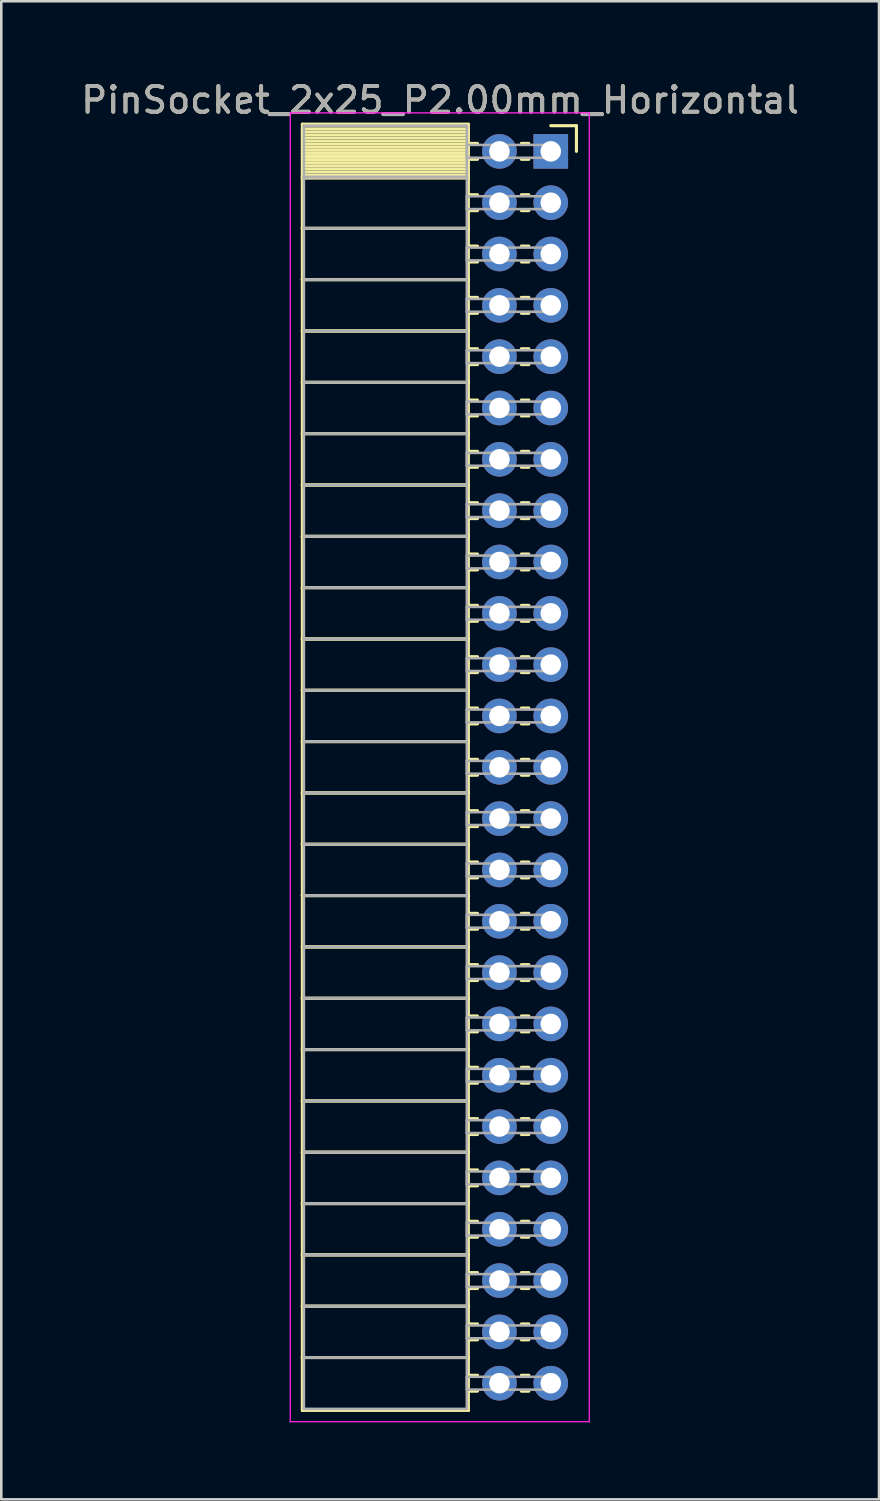
<source format=kicad_pcb>
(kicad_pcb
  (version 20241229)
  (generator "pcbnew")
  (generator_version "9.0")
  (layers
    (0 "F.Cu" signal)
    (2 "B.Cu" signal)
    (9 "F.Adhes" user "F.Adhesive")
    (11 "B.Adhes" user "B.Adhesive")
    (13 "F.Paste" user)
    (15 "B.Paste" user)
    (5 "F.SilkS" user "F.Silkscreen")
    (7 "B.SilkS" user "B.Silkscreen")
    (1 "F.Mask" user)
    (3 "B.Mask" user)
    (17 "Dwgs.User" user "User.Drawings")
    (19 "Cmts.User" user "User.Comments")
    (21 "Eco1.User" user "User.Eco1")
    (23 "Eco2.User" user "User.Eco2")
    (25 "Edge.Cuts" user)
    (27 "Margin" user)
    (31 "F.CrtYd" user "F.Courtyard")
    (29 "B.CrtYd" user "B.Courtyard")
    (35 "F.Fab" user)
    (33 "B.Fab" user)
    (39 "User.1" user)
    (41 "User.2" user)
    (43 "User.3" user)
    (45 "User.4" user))
  (footprint "PinSocket_2x25_P2.00mm_Horizontal"
    (layer "F.Cu")
    (at 18.411 2.848)
    (property "Reference" "PinSocket_2x25_P2.00mm_Horizontal" (at -4.31 -2 0) (layer "F.SilkS") (effects (font (size 1 1) (thickness 0.15))))
    (attr through_hole)
    (fp_line (start -9.68 -1.06) (end -3.21 -1.06) (stroke (width 0.12) (type solid)) (layer "F.SilkS"))
    (fp_line (start -9.68 1) (end -9.68 -1.06) (stroke (width 0.12) (type solid)) (layer "F.SilkS"))
    (fp_line (start -9.68 1) (end -3.21 1) (stroke (width 0.12) (type solid)) (layer "F.SilkS"))
    (fp_line (start -9.68 3) (end -9.68 1) (stroke (width 0.12) (type solid)) (layer "F.SilkS"))
    (fp_line (start -9.68 3) (end -3.21 3) (stroke (width 0.12) (type solid)) (layer "F.SilkS"))
    (fp_line (start -9.68 5) (end -9.68 3) (stroke (width 0.12) (type solid)) (layer "F.SilkS"))
    (fp_line (start -9.68 5) (end -3.21 5) (stroke (width 0.12) (type solid)) (layer "F.SilkS"))
    (fp_line (start -9.68 7) (end -9.68 5) (stroke (width 0.12) (type solid)) (layer "F.SilkS"))
    (fp_line (start -9.68 7) (end -3.21 7) (stroke (width 0.12) (type solid)) (layer "F.SilkS"))
    (fp_line (start -9.68 9) (end -9.68 7) (stroke (width 0.12) (type solid)) (layer "F.SilkS"))
    (fp_line (start -9.68 9) (end -3.21 9) (stroke (width 0.12) (type solid)) (layer "F.SilkS"))
    (fp_line (start -9.68 11) (end -9.68 9) (stroke (width 0.12) (type solid)) (layer "F.SilkS"))
    (fp_line (start -9.68 11) (end -3.21 11) (stroke (width 0.12) (type solid)) (layer "F.SilkS"))
    (fp_line (start -9.68 13) (end -9.68 11) (stroke (width 0.12) (type solid)) (layer "F.SilkS"))
    (fp_line (start -9.68 13) (end -3.21 13) (stroke (width 0.12) (type solid)) (layer "F.SilkS"))
    (fp_line (start -9.68 15) (end -9.68 13) (stroke (width 0.12) (type solid)) (layer "F.SilkS"))
    (fp_line (start -9.68 15) (end -3.21 15) (stroke (width 0.12) (type solid)) (layer "F.SilkS"))
    (fp_line (start -9.68 17) (end -9.68 15) (stroke (width 0.12) (type solid)) (layer "F.SilkS"))
    (fp_line (start -9.68 17) (end -3.21 17) (stroke (width 0.12) (type solid)) (layer "F.SilkS"))
    (fp_line (start -9.68 19) (end -9.68 17) (stroke (width 0.12) (type solid)) (layer "F.SilkS"))
    (fp_line (start -9.68 19) (end -3.21 19) (stroke (width 0.12) (type solid)) (layer "F.SilkS"))
    (fp_line (start -9.68 21) (end -9.68 19) (stroke (width 0.12) (type solid)) (layer "F.SilkS"))
    (fp_line (start -9.68 21) (end -3.21 21) (stroke (width 0.12) (type solid)) (layer "F.SilkS"))
    (fp_line (start -9.68 23) (end -9.68 21) (stroke (width 0.12) (type solid)) (layer "F.SilkS"))
    (fp_line (start -9.68 23) (end -3.21 23) (stroke (width 0.12) (type solid)) (layer "F.SilkS"))
    (fp_line (start -9.68 25) (end -9.68 23) (stroke (width 0.12) (type solid)) (layer "F.SilkS"))
    (fp_line (start -9.68 25) (end -3.21 25) (stroke (width 0.12) (type solid)) (layer "F.SilkS"))
    (fp_line (start -9.68 27) (end -9.68 25) (stroke (width 0.12) (type solid)) (layer "F.SilkS"))
    (fp_line (start -9.68 27) (end -3.21 27) (stroke (width 0.12) (type solid)) (layer "F.SilkS"))
    (fp_line (start -9.68 29) (end -9.68 27) (stroke (width 0.12) (type solid)) (layer "F.SilkS"))
    (fp_line (start -9.68 29) (end -3.21 29) (stroke (width 0.12) (type solid)) (layer "F.SilkS"))
    (fp_line (start -9.68 31) (end -9.68 29) (stroke (width 0.12) (type solid)) (layer "F.SilkS"))
    (fp_line (start -9.68 31) (end -3.21 31) (stroke (width 0.12) (type solid)) (layer "F.SilkS"))
    (fp_line (start -9.68 33) (end -9.68 31) (stroke (width 0.12) (type solid)) (layer "F.SilkS"))
    (fp_line (start -9.68 33) (end -3.21 33) (stroke (width 0.12) (type solid)) (layer "F.SilkS"))
    (fp_line (start -9.68 35) (end -9.68 33) (stroke (width 0.12) (type solid)) (layer "F.SilkS"))
    (fp_line (start -9.68 35) (end -3.21 35) (stroke (width 0.12) (type solid)) (layer "F.SilkS"))
    (fp_line (start -9.68 37) (end -9.68 35) (stroke (width 0.12) (type solid)) (layer "F.SilkS"))
    (fp_line (start -9.68 37) (end -3.21 37) (stroke (width 0.12) (type solid)) (layer "F.SilkS"))
    (fp_line (start -9.68 39) (end -9.68 37) (stroke (width 0.12) (type solid)) (layer "F.SilkS"))
    (fp_line (start -9.68 39) (end -3.21 39) (stroke (width 0.12) (type solid)) (layer "F.SilkS"))
    (fp_line (start -9.68 41) (end -9.68 39) (stroke (width 0.12) (type solid)) (layer "F.SilkS"))
    (fp_line (start -9.68 41) (end -3.21 41) (stroke (width 0.12) (type solid)) (layer "F.SilkS"))
    (fp_line (start -9.68 43) (end -9.68 41) (stroke (width 0.12) (type solid)) (layer "F.SilkS"))
    (fp_line (start -9.68 43) (end -3.21 43) (stroke (width 0.12) (type solid)) (layer "F.SilkS"))
    (fp_line (start -9.68 45) (end -9.68 43) (stroke (width 0.12) (type solid)) (layer "F.SilkS"))
    (fp_line (start -9.68 45) (end -3.21 45) (stroke (width 0.12) (type solid)) (layer "F.SilkS"))
    (fp_line (start -9.68 47) (end -9.68 45) (stroke (width 0.12) (type solid)) (layer "F.SilkS"))
    (fp_line (start -9.68 47) (end -3.21 47) (stroke (width 0.12) (type solid)) (layer "F.SilkS"))
    (fp_line (start -9.68 49.06) (end -9.68 47) (stroke (width 0.12) (type solid)) (layer "F.SilkS"))
    (fp_line (start -3.21 -1.06) (end -3.21 1) (stroke (width 0.12) (type solid)) (layer "F.SilkS"))
    (fp_line (start -3.21 -0.88) (end -9.68 -0.88) (stroke (width 0.12) (type solid)) (layer "F.SilkS"))
    (fp_line (start -3.21 -0.76) (end -9.68 -0.76) (stroke (width 0.12) (type solid)) (layer "F.SilkS"))
    (fp_line (start -3.21 -0.64) (end -9.68 -0.64) (stroke (width 0.12) (type solid)) (layer "F.SilkS"))
    (fp_line (start -3.21 -0.52) (end -9.68 -0.52) (stroke (width 0.12) (type solid)) (layer "F.SilkS"))
    (fp_line (start -3.21 -0.4) (end -9.68 -0.4) (stroke (width 0.12) (type solid)) (layer "F.SilkS"))
    (fp_line (start -3.21 -0.28) (end -9.68 -0.28) (stroke (width 0.12) (type solid)) (layer "F.SilkS"))
    (fp_line (start -3.21 -0.16) (end -9.68 -0.16) (stroke (width 0.12) (type solid)) (layer "F.SilkS"))
    (fp_line (start -3.21 -0.04) (end -9.68 -0.04) (stroke (width 0.12) (type solid)) (layer "F.SilkS"))
    (fp_line (start -3.21 0.08) (end -9.68 0.08) (stroke (width 0.12) (type solid)) (layer "F.SilkS"))
    (fp_line (start -3.21 0.2) (end -9.68 0.2) (stroke (width 0.12) (type solid)) (layer "F.SilkS"))
    (fp_line (start -3.21 0.32) (end -9.68 0.32) (stroke (width 0.12) (type solid)) (layer "F.SilkS"))
    (fp_line (start -3.21 0.44) (end -9.68 0.44) (stroke (width 0.12) (type solid)) (layer "F.SilkS"))
    (fp_line (start -3.21 0.56) (end -9.68 0.56) (stroke (width 0.12) (type solid)) (layer "F.SilkS"))
    (fp_line (start -3.21 0.68) (end -9.68 0.68) (stroke (width 0.12) (type solid)) (layer "F.SilkS"))
    (fp_line (start -3.21 0.8) (end -9.68 0.8) (stroke (width 0.12) (type solid)) (layer "F.SilkS"))
    (fp_line (start -3.21 0.92) (end -9.68 0.92) (stroke (width 0.12) (type solid)) (layer "F.SilkS"))
    (fp_line (start -3.21 1) (end -9.68 1) (stroke (width 0.12) (type solid)) (layer "F.SilkS"))
    (fp_line (start -3.21 1) (end -3.21 3) (stroke (width 0.12) (type solid)) (layer "F.SilkS"))
    (fp_line (start -3.21 1.04) (end -9.68 1.04) (stroke (width 0.12) (type solid)) (layer "F.SilkS"))
    (fp_line (start -3.21 3) (end -9.68 3) (stroke (width 0.12) (type solid)) (layer "F.SilkS"))
    (fp_line (start -3.21 3) (end -3.21 5) (stroke (width 0.12) (type solid)) (layer "F.SilkS"))
    (fp_line (start -3.21 5) (end -9.68 5) (stroke (width 0.12) (type solid)) (layer "F.SilkS"))
    (fp_line (start -3.21 5) (end -3.21 7) (stroke (width 0.12) (type solid)) (layer "F.SilkS"))
    (fp_line (start -3.21 7) (end -9.68 7) (stroke (width 0.12) (type solid)) (layer "F.SilkS"))
    (fp_line (start -3.21 7) (end -3.21 9) (stroke (width 0.12) (type solid)) (layer "F.SilkS"))
    (fp_line (start -3.21 9) (end -9.68 9) (stroke (width 0.12) (type solid)) (layer "F.SilkS"))
    (fp_line (start -3.21 9) (end -3.21 11) (stroke (width 0.12) (type solid)) (layer "F.SilkS"))
    (fp_line (start -3.21 11) (end -9.68 11) (stroke (width 0.12) (type solid)) (layer "F.SilkS"))
    (fp_line (start -3.21 11) (end -3.21 13) (stroke (width 0.12) (type solid)) (layer "F.SilkS"))
    (fp_line (start -3.21 13) (end -9.68 13) (stroke (width 0.12) (type solid)) (layer "F.SilkS"))
    (fp_line (start -3.21 13) (end -3.21 15) (stroke (width 0.12) (type solid)) (layer "F.SilkS"))
    (fp_line (start -3.21 15) (end -9.68 15) (stroke (width 0.12) (type solid)) (layer "F.SilkS"))
    (fp_line (start -3.21 15) (end -3.21 17) (stroke (width 0.12) (type solid)) (layer "F.SilkS"))
    (fp_line (start -3.21 17) (end -9.68 17) (stroke (width 0.12) (type solid)) (layer "F.SilkS"))
    (fp_line (start -3.21 17) (end -3.21 19) (stroke (width 0.12) (type solid)) (layer "F.SilkS"))
    (fp_line (start -3.21 19) (end -9.68 19) (stroke (width 0.12) (type solid)) (layer "F.SilkS"))
    (fp_line (start -3.21 19) (end -3.21 21) (stroke (width 0.12) (type solid)) (layer "F.SilkS"))
    (fp_line (start -3.21 21) (end -9.68 21) (stroke (width 0.12) (type solid)) (layer "F.SilkS"))
    (fp_line (start -3.21 21) (end -3.21 23) (stroke (width 0.12) (type solid)) (layer "F.SilkS"))
    (fp_line (start -3.21 23) (end -9.68 23) (stroke (width 0.12) (type solid)) (layer "F.SilkS"))
    (fp_line (start -3.21 23) (end -3.21 25) (stroke (width 0.12) (type solid)) (layer "F.SilkS"))
    (fp_line (start -3.21 25) (end -9.68 25) (stroke (width 0.12) (type solid)) (layer "F.SilkS"))
    (fp_line (start -3.21 25) (end -3.21 27) (stroke (width 0.12) (type solid)) (layer "F.SilkS"))
    (fp_line (start -3.21 27) (end -9.68 27) (stroke (width 0.12) (type solid)) (layer "F.SilkS"))
    (fp_line (start -3.21 27) (end -3.21 29) (stroke (width 0.12) (type solid)) (layer "F.SilkS"))
    (fp_line (start -3.21 29) (end -9.68 29) (stroke (width 0.12) (type solid)) (layer "F.SilkS"))
    (fp_line (start -3.21 29) (end -3.21 31) (stroke (width 0.12) (type solid)) (layer "F.SilkS"))
    (fp_line (start -3.21 31) (end -9.68 31) (stroke (width 0.12) (type solid)) (layer "F.SilkS"))
    (fp_line (start -3.21 31) (end -3.21 33) (stroke (width 0.12) (type solid)) (layer "F.SilkS"))
    (fp_line (start -3.21 33) (end -9.68 33) (stroke (width 0.12) (type solid)) (layer "F.SilkS"))
    (fp_line (start -3.21 33) (end -3.21 35) (stroke (width 0.12) (type solid)) (layer "F.SilkS"))
    (fp_line (start -3.21 35) (end -9.68 35) (stroke (width 0.12) (type solid)) (layer "F.SilkS"))
    (fp_line (start -3.21 35) (end -3.21 37) (stroke (width 0.12) (type solid)) (layer "F.SilkS"))
    (fp_line (start -3.21 37) (end -9.68 37) (stroke (width 0.12) (type solid)) (layer "F.SilkS"))
    (fp_line (start -3.21 37) (end -3.21 39) (stroke (width 0.12) (type solid)) (layer "F.SilkS"))
    (fp_line (start -3.21 39) (end -9.68 39) (stroke (width 0.12) (type solid)) (layer "F.SilkS"))
    (fp_line (start -3.21 39) (end -3.21 41) (stroke (width 0.12) (type solid)) (layer "F.SilkS"))
    (fp_line (start -3.21 41) (end -9.68 41) (stroke (width 0.12) (type solid)) (layer "F.SilkS"))
    (fp_line (start -3.21 41) (end -3.21 43) (stroke (width 0.12) (type solid)) (layer "F.SilkS"))
    (fp_line (start -3.21 43) (end -9.68 43) (stroke (width 0.12) (type solid)) (layer "F.SilkS"))
    (fp_line (start -3.21 43) (end -3.21 45) (stroke (width 0.12) (type solid)) (layer "F.SilkS"))
    (fp_line (start -3.21 45) (end -9.68 45) (stroke (width 0.12) (type solid)) (layer "F.SilkS"))
    (fp_line (start -3.21 45) (end -3.21 47) (stroke (width 0.12) (type solid)) (layer "F.SilkS"))
    (fp_line (start -3.21 47) (end -9.68 47) (stroke (width 0.12) (type solid)) (layer "F.SilkS"))
    (fp_line (start -3.21 47) (end -3.21 49.06) (stroke (width 0.12) (type solid)) (layer "F.SilkS"))
    (fp_line (start -3.21 49.06) (end -9.68 49.06) (stroke (width 0.12) (type solid)) (layer "F.SilkS"))
    (fp_line (start -2.855 -0.31) (end -3.21 -0.31) (stroke (width 0.12) (type solid)) (layer "F.SilkS"))
    (fp_line (start -2.855 0.31) (end -3.21 0.31) (stroke (width 0.12) (type solid)) (layer "F.SilkS"))
    (fp_line (start -2.855 1.69) (end -3.21 1.69) (stroke (width 0.12) (type solid)) (layer "F.SilkS"))
    (fp_line (start -2.855 2.31) (end -3.21 2.31) (stroke (width 0.12) (type solid)) (layer "F.SilkS"))
    (fp_line (start -2.855 3.69) (end -3.21 3.69) (stroke (width 0.12) (type solid)) (layer "F.SilkS"))
    (fp_line (start -2.855 4.31) (end -3.21 4.31) (stroke (width 0.12) (type solid)) (layer "F.SilkS"))
    (fp_line (start -2.855 5.69) (end -3.21 5.69) (stroke (width 0.12) (type solid)) (layer "F.SilkS"))
    (fp_line (start -2.855 6.31) (end -3.21 6.31) (stroke (width 0.12) (type solid)) (layer "F.SilkS"))
    (fp_line (start -2.855 7.69) (end -3.21 7.69) (stroke (width 0.12) (type solid)) (layer "F.SilkS"))
    (fp_line (start -2.855 8.31) (end -3.21 8.31) (stroke (width 0.12) (type solid)) (layer "F.SilkS"))
    (fp_line (start -2.855 9.69) (end -3.21 9.69) (stroke (width 0.12) (type solid)) (layer "F.SilkS"))
    (fp_line (start -2.855 10.31) (end -3.21 10.31) (stroke (width 0.12) (type solid)) (layer "F.SilkS"))
    (fp_line (start -2.855 11.69) (end -3.21 11.69) (stroke (width 0.12) (type solid)) (layer "F.SilkS"))
    (fp_line (start -2.855 12.31) (end -3.21 12.31) (stroke (width 0.12) (type solid)) (layer "F.SilkS"))
    (fp_line (start -2.855 13.69) (end -3.21 13.69) (stroke (width 0.12) (type solid)) (layer "F.SilkS"))
    (fp_line (start -2.855 14.31) (end -3.21 14.31) (stroke (width 0.12) (type solid)) (layer "F.SilkS"))
    (fp_line (start -2.855 15.69) (end -3.21 15.69) (stroke (width 0.12) (type solid)) (layer "F.SilkS"))
    (fp_line (start -2.855 16.31) (end -3.21 16.31) (stroke (width 0.12) (type solid)) (layer "F.SilkS"))
    (fp_line (start -2.855 17.69) (end -3.21 17.69) (stroke (width 0.12) (type solid)) (layer "F.SilkS"))
    (fp_line (start -2.855 18.31) (end -3.21 18.31) (stroke (width 0.12) (type solid)) (layer "F.SilkS"))
    (fp_line (start -2.855 19.69) (end -3.21 19.69) (stroke (width 0.12) (type solid)) (layer "F.SilkS"))
    (fp_line (start -2.855 20.31) (end -3.21 20.31) (stroke (width 0.12) (type solid)) (layer "F.SilkS"))
    (fp_line (start -2.855 21.69) (end -3.21 21.69) (stroke (width 0.12) (type solid)) (layer "F.SilkS"))
    (fp_line (start -2.855 22.31) (end -3.21 22.31) (stroke (width 0.12) (type solid)) (layer "F.SilkS"))
    (fp_line (start -2.855 23.69) (end -3.21 23.69) (stroke (width 0.12) (type solid)) (layer "F.SilkS"))
    (fp_line (start -2.855 24.31) (end -3.21 24.31) (stroke (width 0.12) (type solid)) (layer "F.SilkS"))
    (fp_line (start -2.855 25.69) (end -3.21 25.69) (stroke (width 0.12) (type solid)) (layer "F.SilkS"))
    (fp_line (start -2.855 26.31) (end -3.21 26.31) (stroke (width 0.12) (type solid)) (layer "F.SilkS"))
    (fp_line (start -2.855 27.69) (end -3.21 27.69) (stroke (width 0.12) (type solid)) (layer "F.SilkS"))
    (fp_line (start -2.855 28.31) (end -3.21 28.31) (stroke (width 0.12) (type solid)) (layer "F.SilkS"))
    (fp_line (start -2.855 29.69) (end -3.21 29.69) (stroke (width 0.12) (type solid)) (layer "F.SilkS"))
    (fp_line (start -2.855 30.31) (end -3.21 30.31) (stroke (width 0.12) (type solid)) (layer "F.SilkS"))
    (fp_line (start -2.855 31.69) (end -3.21 31.69) (stroke (width 0.12) (type solid)) (layer "F.SilkS"))
    (fp_line (start -2.855 32.31) (end -3.21 32.31) (stroke (width 0.12) (type solid)) (layer "F.SilkS"))
    (fp_line (start -2.855 33.69) (end -3.21 33.69) (stroke (width 0.12) (type solid)) (layer "F.SilkS"))
    (fp_line (start -2.855 34.31) (end -3.21 34.31) (stroke (width 0.12) (type solid)) (layer "F.SilkS"))
    (fp_line (start -2.855 35.69) (end -3.21 35.69) (stroke (width 0.12) (type solid)) (layer "F.SilkS"))
    (fp_line (start -2.855 36.31) (end -3.21 36.31) (stroke (width 0.12) (type solid)) (layer "F.SilkS"))
    (fp_line (start -2.855 37.69) (end -3.21 37.69) (stroke (width 0.12) (type solid)) (layer "F.SilkS"))
    (fp_line (start -2.855 38.31) (end -3.21 38.31) (stroke (width 0.12) (type solid)) (layer "F.SilkS"))
    (fp_line (start -2.855 39.69) (end -3.21 39.69) (stroke (width 0.12) (type solid)) (layer "F.SilkS"))
    (fp_line (start -2.855 40.31) (end -3.21 40.31) (stroke (width 0.12) (type solid)) (layer "F.SilkS"))
    (fp_line (start -2.855 41.69) (end -3.21 41.69) (stroke (width 0.12) (type solid)) (layer "F.SilkS"))
    (fp_line (start -2.855 42.31) (end -3.21 42.31) (stroke (width 0.12) (type solid)) (layer "F.SilkS"))
    (fp_line (start -2.855 43.69) (end -3.21 43.69) (stroke (width 0.12) (type solid)) (layer "F.SilkS"))
    (fp_line (start -2.855 44.31) (end -3.21 44.31) (stroke (width 0.12) (type solid)) (layer "F.SilkS"))
    (fp_line (start -2.855 45.69) (end -3.21 45.69) (stroke (width 0.12) (type solid)) (layer "F.SilkS"))
    (fp_line (start -2.855 46.31) (end -3.21 46.31) (stroke (width 0.12) (type solid)) (layer "F.SilkS"))
    (fp_line (start -2.855 47.69) (end -3.21 47.69) (stroke (width 0.12) (type solid)) (layer "F.SilkS"))
    (fp_line (start -2.855 48.31) (end -3.21 48.31) (stroke (width 0.12) (type solid)) (layer "F.SilkS"))
    (fp_line (start -0.855 -0.31) (end -1.145 -0.31) (stroke (width 0.12) (type solid)) (layer "F.SilkS"))
    (fp_line (start -0.855 0.31) (end -1.145 0.31) (stroke (width 0.12) (type solid)) (layer "F.SilkS"))
    (fp_line (start -0.855 1.69) (end -1.145 1.69) (stroke (width 0.12) (type solid)) (layer "F.SilkS"))
    (fp_line (start -0.855 2.31) (end -1.145 2.31) (stroke (width 0.12) (type solid)) (layer "F.SilkS"))
    (fp_line (start -0.855 3.69) (end -1.145 3.69) (stroke (width 0.12) (type solid)) (layer "F.SilkS"))
    (fp_line (start -0.855 4.31) (end -1.145 4.31) (stroke (width 0.12) (type solid)) (layer "F.SilkS"))
    (fp_line (start -0.855 5.69) (end -1.145 5.69) (stroke (width 0.12) (type solid)) (layer "F.SilkS"))
    (fp_line (start -0.855 6.31) (end -1.145 6.31) (stroke (width 0.12) (type solid)) (layer "F.SilkS"))
    (fp_line (start -0.855 7.69) (end -1.145 7.69) (stroke (width 0.12) (type solid)) (layer "F.SilkS"))
    (fp_line (start -0.855 8.31) (end -1.145 8.31) (stroke (width 0.12) (type solid)) (layer "F.SilkS"))
    (fp_line (start -0.855 9.69) (end -1.145 9.69) (stroke (width 0.12) (type solid)) (layer "F.SilkS"))
    (fp_line (start -0.855 10.31) (end -1.145 10.31) (stroke (width 0.12) (type solid)) (layer "F.SilkS"))
    (fp_line (start -0.855 11.69) (end -1.145 11.69) (stroke (width 0.12) (type solid)) (layer "F.SilkS"))
    (fp_line (start -0.855 12.31) (end -1.145 12.31) (stroke (width 0.12) (type solid)) (layer "F.SilkS"))
    (fp_line (start -0.855 13.69) (end -1.145 13.69) (stroke (width 0.12) (type solid)) (layer "F.SilkS"))
    (fp_line (start -0.855 14.31) (end -1.145 14.31) (stroke (width 0.12) (type solid)) (layer "F.SilkS"))
    (fp_line (start -0.855 15.69) (end -1.145 15.69) (stroke (width 0.12) (type solid)) (layer "F.SilkS"))
    (fp_line (start -0.855 16.31) (end -1.145 16.31) (stroke (width 0.12) (type solid)) (layer "F.SilkS"))
    (fp_line (start -0.855 17.69) (end -1.145 17.69) (stroke (width 0.12) (type solid)) (layer "F.SilkS"))
    (fp_line (start -0.855 18.31) (end -1.145 18.31) (stroke (width 0.12) (type solid)) (layer "F.SilkS"))
    (fp_line (start -0.855 19.69) (end -1.145 19.69) (stroke (width 0.12) (type solid)) (layer "F.SilkS"))
    (fp_line (start -0.855 20.31) (end -1.145 20.31) (stroke (width 0.12) (type solid)) (layer "F.SilkS"))
    (fp_line (start -0.855 21.69) (end -1.145 21.69) (stroke (width 0.12) (type solid)) (layer "F.SilkS"))
    (fp_line (start -0.855 22.31) (end -1.145 22.31) (stroke (width 0.12) (type solid)) (layer "F.SilkS"))
    (fp_line (start -0.855 23.69) (end -1.145 23.69) (stroke (width 0.12) (type solid)) (layer "F.SilkS"))
    (fp_line (start -0.855 24.31) (end -1.145 24.31) (stroke (width 0.12) (type solid)) (layer "F.SilkS"))
    (fp_line (start -0.855 25.69) (end -1.145 25.69) (stroke (width 0.12) (type solid)) (layer "F.SilkS"))
    (fp_line (start -0.855 26.31) (end -1.145 26.31) (stroke (width 0.12) (type solid)) (layer "F.SilkS"))
    (fp_line (start -0.855 27.69) (end -1.145 27.69) (stroke (width 0.12) (type solid)) (layer "F.SilkS"))
    (fp_line (start -0.855 28.31) (end -1.145 28.31) (stroke (width 0.12) (type solid)) (layer "F.SilkS"))
    (fp_line (start -0.855 29.69) (end -1.145 29.69) (stroke (width 0.12) (type solid)) (layer "F.SilkS"))
    (fp_line (start -0.855 30.31) (end -1.145 30.31) (stroke (width 0.12) (type solid)) (layer "F.SilkS"))
    (fp_line (start -0.855 31.69) (end -1.145 31.69) (stroke (width 0.12) (type solid)) (layer "F.SilkS"))
    (fp_line (start -0.855 32.31) (end -1.145 32.31) (stroke (width 0.12) (type solid)) (layer "F.SilkS"))
    (fp_line (start -0.855 33.69) (end -1.145 33.69) (stroke (width 0.12) (type solid)) (layer "F.SilkS"))
    (fp_line (start -0.855 34.31) (end -1.145 34.31) (stroke (width 0.12) (type solid)) (layer "F.SilkS"))
    (fp_line (start -0.855 35.69) (end -1.145 35.69) (stroke (width 0.12) (type solid)) (layer "F.SilkS"))
    (fp_line (start -0.855 36.31) (end -1.145 36.31) (stroke (width 0.12) (type solid)) (layer "F.SilkS"))
    (fp_line (start -0.855 37.69) (end -1.145 37.69) (stroke (width 0.12) (type solid)) (layer "F.SilkS"))
    (fp_line (start -0.855 38.31) (end -1.145 38.31) (stroke (width 0.12) (type solid)) (layer "F.SilkS"))
    (fp_line (start -0.855 39.69) (end -1.145 39.69) (stroke (width 0.12) (type solid)) (layer "F.SilkS"))
    (fp_line (start -0.855 40.31) (end -1.145 40.31) (stroke (width 0.12) (type solid)) (layer "F.SilkS"))
    (fp_line (start -0.855 41.69) (end -1.145 41.69) (stroke (width 0.12) (type solid)) (layer "F.SilkS"))
    (fp_line (start -0.855 42.31) (end -1.145 42.31) (stroke (width 0.12) (type solid)) (layer "F.SilkS"))
    (fp_line (start -0.855 43.69) (end -1.145 43.69) (stroke (width 0.12) (type solid)) (layer "F.SilkS"))
    (fp_line (start -0.855 44.31) (end -1.145 44.31) (stroke (width 0.12) (type solid)) (layer "F.SilkS"))
    (fp_line (start -0.855 45.69) (end -1.145 45.69) (stroke (width 0.12) (type solid)) (layer "F.SilkS"))
    (fp_line (start -0.855 46.31) (end -1.145 46.31) (stroke (width 0.12) (type solid)) (layer "F.SilkS"))
    (fp_line (start -0.855 47.69) (end -1.145 47.69) (stroke (width 0.12) (type solid)) (layer "F.SilkS"))
    (fp_line (start -0.855 48.31) (end -1.145 48.31) (stroke (width 0.12) (type solid)) (layer "F.SilkS"))
    (fp_line (start 0 -1) (end 1 -1) (stroke (width 0.12) (type solid)) (layer "F.SilkS"))
    (fp_line (start 1 -1) (end 1 0) (stroke (width 0.12) (type solid)) (layer "F.SilkS"))
    (fp_line (start -10.15 -1.5) (end 1.5 -1.5) (stroke (width 0.05) (type solid)) (layer "F.CrtYd"))
    (fp_line (start -10.15 49.5) (end -10.15 -1.5) (stroke (width 0.05) (type solid)) (layer "F.CrtYd"))
    (fp_line (start 1.5 -1.5) (end 1.5 49.5) (stroke (width 0.05) (type solid)) (layer "F.CrtYd"))
    (fp_line (start 1.5 49.5) (end -10.15 49.5) (stroke (width 0.05) (type solid)) (layer "F.CrtYd"))
    (fp_line (start -9.62 -1) (end -3.27 -1) (stroke (width 0.1) (type solid)) (layer "F.Fab"))
    (fp_line (start -9.62 1) (end -9.62 -1) (stroke (width 0.1) (type solid)) (layer "F.Fab"))
    (fp_line (start -9.62 1) (end -3.27 1) (stroke (width 0.1) (type solid)) (layer "F.Fab"))
    (fp_line (start -9.62 3) (end -9.62 1) (stroke (width 0.1) (type solid)) (layer "F.Fab"))
    (fp_line (start -9.62 3) (end -3.27 3) (stroke (width 0.1) (type solid)) (layer "F.Fab"))
    (fp_line (start -9.62 5) (end -9.62 3) (stroke (width 0.1) (type solid)) (layer "F.Fab"))
    (fp_line (start -9.62 5) (end -3.27 5) (stroke (width 0.1) (type solid)) (layer "F.Fab"))
    (fp_line (start -9.62 7) (end -9.62 5) (stroke (width 0.1) (type solid)) (layer "F.Fab"))
    (fp_line (start -9.62 7) (end -3.27 7) (stroke (width 0.1) (type solid)) (layer "F.Fab"))
    (fp_line (start -9.62 9) (end -9.62 7) (stroke (width 0.1) (type solid)) (layer "F.Fab"))
    (fp_line (start -9.62 9) (end -3.27 9) (stroke (width 0.1) (type solid)) (layer "F.Fab"))
    (fp_line (start -9.62 11) (end -9.62 9) (stroke (width 0.1) (type solid)) (layer "F.Fab"))
    (fp_line (start -9.62 11) (end -3.27 11) (stroke (width 0.1) (type solid)) (layer "F.Fab"))
    (fp_line (start -9.62 13) (end -9.62 11) (stroke (width 0.1) (type solid)) (layer "F.Fab"))
    (fp_line (start -9.62 13) (end -3.27 13) (stroke (width 0.1) (type solid)) (layer "F.Fab"))
    (fp_line (start -9.62 15) (end -9.62 13) (stroke (width 0.1) (type solid)) (layer "F.Fab"))
    (fp_line (start -9.62 15) (end -3.27 15) (stroke (width 0.1) (type solid)) (layer "F.Fab"))
    (fp_line (start -9.62 17) (end -9.62 15) (stroke (width 0.1) (type solid)) (layer "F.Fab"))
    (fp_line (start -9.62 17) (end -3.27 17) (stroke (width 0.1) (type solid)) (layer "F.Fab"))
    (fp_line (start -9.62 19) (end -9.62 17) (stroke (width 0.1) (type solid)) (layer "F.Fab"))
    (fp_line (start -9.62 19) (end -3.27 19) (stroke (width 0.1) (type solid)) (layer "F.Fab"))
    (fp_line (start -9.62 21) (end -9.62 19) (stroke (width 0.1) (type solid)) (layer "F.Fab"))
    (fp_line (start -9.62 21) (end -3.27 21) (stroke (width 0.1) (type solid)) (layer "F.Fab"))
    (fp_line (start -9.62 23) (end -9.62 21) (stroke (width 0.1) (type solid)) (layer "F.Fab"))
    (fp_line (start -9.62 23) (end -3.27 23) (stroke (width 0.1) (type solid)) (layer "F.Fab"))
    (fp_line (start -9.62 25) (end -9.62 23) (stroke (width 0.1) (type solid)) (layer "F.Fab"))
    (fp_line (start -9.62 25) (end -3.27 25) (stroke (width 0.1) (type solid)) (layer "F.Fab"))
    (fp_line (start -9.62 27) (end -9.62 25) (stroke (width 0.1) (type solid)) (layer "F.Fab"))
    (fp_line (start -9.62 27) (end -3.27 27) (stroke (width 0.1) (type solid)) (layer "F.Fab"))
    (fp_line (start -9.62 29) (end -9.62 27) (stroke (width 0.1) (type solid)) (layer "F.Fab"))
    (fp_line (start -9.62 29) (end -3.27 29) (stroke (width 0.1) (type solid)) (layer "F.Fab"))
    (fp_line (start -9.62 31) (end -9.62 29) (stroke (width 0.1) (type solid)) (layer "F.Fab"))
    (fp_line (start -9.62 31) (end -3.27 31) (stroke (width 0.1) (type solid)) (layer "F.Fab"))
    (fp_line (start -9.62 33) (end -9.62 31) (stroke (width 0.1) (type solid)) (layer "F.Fab"))
    (fp_line (start -9.62 33) (end -3.27 33) (stroke (width 0.1) (type solid)) (layer "F.Fab"))
    (fp_line (start -9.62 35) (end -9.62 33) (stroke (width 0.1) (type solid)) (layer "F.Fab"))
    (fp_line (start -9.62 35) (end -3.27 35) (stroke (width 0.1) (type solid)) (layer "F.Fab"))
    (fp_line (start -9.62 37) (end -9.62 35) (stroke (width 0.1) (type solid)) (layer "F.Fab"))
    (fp_line (start -9.62 37) (end -3.27 37) (stroke (width 0.1) (type solid)) (layer "F.Fab"))
    (fp_line (start -9.62 39) (end -9.62 37) (stroke (width 0.1) (type solid)) (layer "F.Fab"))
    (fp_line (start -9.62 39) (end -3.27 39) (stroke (width 0.1) (type solid)) (layer "F.Fab"))
    (fp_line (start -9.62 41) (end -9.62 39) (stroke (width 0.1) (type solid)) (layer "F.Fab"))
    (fp_line (start -9.62 41) (end -3.27 41) (stroke (width 0.1) (type solid)) (layer "F.Fab"))
    (fp_line (start -9.62 43) (end -9.62 41) (stroke (width 0.1) (type solid)) (layer "F.Fab"))
    (fp_line (start -9.62 43) (end -3.27 43) (stroke (width 0.1) (type solid)) (layer "F.Fab"))
    (fp_line (start -9.62 45) (end -9.62 43) (stroke (width 0.1) (type solid)) (layer "F.Fab"))
    (fp_line (start -9.62 45) (end -3.27 45) (stroke (width 0.1) (type solid)) (layer "F.Fab"))
    (fp_line (start -9.62 47) (end -9.62 45) (stroke (width 0.1) (type solid)) (layer "F.Fab"))
    (fp_line (start -9.62 47) (end -3.27 47) (stroke (width 0.1) (type solid)) (layer "F.Fab"))
    (fp_line (start -9.62 49) (end -9.62 47) (stroke (width 0.1) (type solid)) (layer "F.Fab"))
    (fp_line (start -3.27 -1) (end -3.27 1) (stroke (width 0.1) (type solid)) (layer "F.Fab"))
    (fp_line (start -3.27 -0.25) (end 0 -0.25) (stroke (width 0.1) (type solid)) (layer "F.Fab"))
    (fp_line (start -3.27 0.25) (end -3.27 -0.25) (stroke (width 0.1) (type solid)) (layer "F.Fab"))
    (fp_line (start -3.27 1) (end -9.62 1) (stroke (width 0.1) (type solid)) (layer "F.Fab"))
    (fp_line (start -3.27 1) (end -3.27 3) (stroke (width 0.1) (type solid)) (layer "F.Fab"))
    (fp_line (start -3.27 1.75) (end 0 1.75) (stroke (width 0.1) (type solid)) (layer "F.Fab"))
    (fp_line (start -3.27 2.25) (end -3.27 1.75) (stroke (width 0.1) (type solid)) (layer "F.Fab"))
    (fp_line (start -3.27 3) (end -9.62 3) (stroke (width 0.1) (type solid)) (layer "F.Fab"))
    (fp_line (start -3.27 3) (end -3.27 5) (stroke (width 0.1) (type solid)) (layer "F.Fab"))
    (fp_line (start -3.27 3.75) (end 0 3.75) (stroke (width 0.1) (type solid)) (layer "F.Fab"))
    (fp_line (start -3.27 4.25) (end -3.27 3.75) (stroke (width 0.1) (type solid)) (layer "F.Fab"))
    (fp_line (start -3.27 5) (end -9.62 5) (stroke (width 0.1) (type solid)) (layer "F.Fab"))
    (fp_line (start -3.27 5) (end -3.27 7) (stroke (width 0.1) (type solid)) (layer "F.Fab"))
    (fp_line (start -3.27 5.75) (end 0 5.75) (stroke (width 0.1) (type solid)) (layer "F.Fab"))
    (fp_line (start -3.27 6.25) (end -3.27 5.75) (stroke (width 0.1) (type solid)) (layer "F.Fab"))
    (fp_line (start -3.27 7) (end -9.62 7) (stroke (width 0.1) (type solid)) (layer "F.Fab"))
    (fp_line (start -3.27 7) (end -3.27 9) (stroke (width 0.1) (type solid)) (layer "F.Fab"))
    (fp_line (start -3.27 7.75) (end 0 7.75) (stroke (width 0.1) (type solid)) (layer "F.Fab"))
    (fp_line (start -3.27 8.25) (end -3.27 7.75) (stroke (width 0.1) (type solid)) (layer "F.Fab"))
    (fp_line (start -3.27 9) (end -9.62 9) (stroke (width 0.1) (type solid)) (layer "F.Fab"))
    (fp_line (start -3.27 9) (end -3.27 11) (stroke (width 0.1) (type solid)) (layer "F.Fab"))
    (fp_line (start -3.27 9.75) (end 0 9.75) (stroke (width 0.1) (type solid)) (layer "F.Fab"))
    (fp_line (start -3.27 10.25) (end -3.27 9.75) (stroke (width 0.1) (type solid)) (layer "F.Fab"))
    (fp_line (start -3.27 11) (end -9.62 11) (stroke (width 0.1) (type solid)) (layer "F.Fab"))
    (fp_line (start -3.27 11) (end -3.27 13) (stroke (width 0.1) (type solid)) (layer "F.Fab"))
    (fp_line (start -3.27 11.75) (end 0 11.75) (stroke (width 0.1) (type solid)) (layer "F.Fab"))
    (fp_line (start -3.27 12.25) (end -3.27 11.75) (stroke (width 0.1) (type solid)) (layer "F.Fab"))
    (fp_line (start -3.27 13) (end -9.62 13) (stroke (width 0.1) (type solid)) (layer "F.Fab"))
    (fp_line (start -3.27 13) (end -3.27 15) (stroke (width 0.1) (type solid)) (layer "F.Fab"))
    (fp_line (start -3.27 13.75) (end 0 13.75) (stroke (width 0.1) (type solid)) (layer "F.Fab"))
    (fp_line (start -3.27 14.25) (end -3.27 13.75) (stroke (width 0.1) (type solid)) (layer "F.Fab"))
    (fp_line (start -3.27 15) (end -9.62 15) (stroke (width 0.1) (type solid)) (layer "F.Fab"))
    (fp_line (start -3.27 15) (end -3.27 17) (stroke (width 0.1) (type solid)) (layer "F.Fab"))
    (fp_line (start -3.27 15.75) (end 0 15.75) (stroke (width 0.1) (type solid)) (layer "F.Fab"))
    (fp_line (start -3.27 16.25) (end -3.27 15.75) (stroke (width 0.1) (type solid)) (layer "F.Fab"))
    (fp_line (start -3.27 17) (end -9.62 17) (stroke (width 0.1) (type solid)) (layer "F.Fab"))
    (fp_line (start -3.27 17) (end -3.27 19) (stroke (width 0.1) (type solid)) (layer "F.Fab"))
    (fp_line (start -3.27 17.75) (end 0 17.75) (stroke (width 0.1) (type solid)) (layer "F.Fab"))
    (fp_line (start -3.27 18.25) (end -3.27 17.75) (stroke (width 0.1) (type solid)) (layer "F.Fab"))
    (fp_line (start -3.27 19) (end -9.62 19) (stroke (width 0.1) (type solid)) (layer "F.Fab"))
    (fp_line (start -3.27 19) (end -3.27 21) (stroke (width 0.1) (type solid)) (layer "F.Fab"))
    (fp_line (start -3.27 19.75) (end 0 19.75) (stroke (width 0.1) (type solid)) (layer "F.Fab"))
    (fp_line (start -3.27 20.25) (end -3.27 19.75) (stroke (width 0.1) (type solid)) (layer "F.Fab"))
    (fp_line (start -3.27 21) (end -9.62 21) (stroke (width 0.1) (type solid)) (layer "F.Fab"))
    (fp_line (start -3.27 21) (end -3.27 23) (stroke (width 0.1) (type solid)) (layer "F.Fab"))
    (fp_line (start -3.27 21.75) (end 0 21.75) (stroke (width 0.1) (type solid)) (layer "F.Fab"))
    (fp_line (start -3.27 22.25) (end -3.27 21.75) (stroke (width 0.1) (type solid)) (layer "F.Fab"))
    (fp_line (start -3.27 23) (end -9.62 23) (stroke (width 0.1) (type solid)) (layer "F.Fab"))
    (fp_line (start -3.27 23) (end -3.27 25) (stroke (width 0.1) (type solid)) (layer "F.Fab"))
    (fp_line (start -3.27 23.75) (end 0 23.75) (stroke (width 0.1) (type solid)) (layer "F.Fab"))
    (fp_line (start -3.27 24.25) (end -3.27 23.75) (stroke (width 0.1) (type solid)) (layer "F.Fab"))
    (fp_line (start -3.27 25) (end -9.62 25) (stroke (width 0.1) (type solid)) (layer "F.Fab"))
    (fp_line (start -3.27 25) (end -3.27 27) (stroke (width 0.1) (type solid)) (layer "F.Fab"))
    (fp_line (start -3.27 25.75) (end 0 25.75) (stroke (width 0.1) (type solid)) (layer "F.Fab"))
    (fp_line (start -3.27 26.25) (end -3.27 25.75) (stroke (width 0.1) (type solid)) (layer "F.Fab"))
    (fp_line (start -3.27 27) (end -9.62 27) (stroke (width 0.1) (type solid)) (layer "F.Fab"))
    (fp_line (start -3.27 27) (end -3.27 29) (stroke (width 0.1) (type solid)) (layer "F.Fab"))
    (fp_line (start -3.27 27.75) (end 0 27.75) (stroke (width 0.1) (type solid)) (layer "F.Fab"))
    (fp_line (start -3.27 28.25) (end -3.27 27.75) (stroke (width 0.1) (type solid)) (layer "F.Fab"))
    (fp_line (start -3.27 29) (end -9.62 29) (stroke (width 0.1) (type solid)) (layer "F.Fab"))
    (fp_line (start -3.27 29) (end -3.27 31) (stroke (width 0.1) (type solid)) (layer "F.Fab"))
    (fp_line (start -3.27 29.75) (end 0 29.75) (stroke (width 0.1) (type solid)) (layer "F.Fab"))
    (fp_line (start -3.27 30.25) (end -3.27 29.75) (stroke (width 0.1) (type solid)) (layer "F.Fab"))
    (fp_line (start -3.27 31) (end -9.62 31) (stroke (width 0.1) (type solid)) (layer "F.Fab"))
    (fp_line (start -3.27 31) (end -3.27 33) (stroke (width 0.1) (type solid)) (layer "F.Fab"))
    (fp_line (start -3.27 31.75) (end 0 31.75) (stroke (width 0.1) (type solid)) (layer "F.Fab"))
    (fp_line (start -3.27 32.25) (end -3.27 31.75) (stroke (width 0.1) (type solid)) (layer "F.Fab"))
    (fp_line (start -3.27 33) (end -9.62 33) (stroke (width 0.1) (type solid)) (layer "F.Fab"))
    (fp_line (start -3.27 33) (end -3.27 35) (stroke (width 0.1) (type solid)) (layer "F.Fab"))
    (fp_line (start -3.27 33.75) (end 0 33.75) (stroke (width 0.1) (type solid)) (layer "F.Fab"))
    (fp_line (start -3.27 34.25) (end -3.27 33.75) (stroke (width 0.1) (type solid)) (layer "F.Fab"))
    (fp_line (start -3.27 35) (end -9.62 35) (stroke (width 0.1) (type solid)) (layer "F.Fab"))
    (fp_line (start -3.27 35) (end -3.27 37) (stroke (width 0.1) (type solid)) (layer "F.Fab"))
    (fp_line (start -3.27 35.75) (end 0 35.75) (stroke (width 0.1) (type solid)) (layer "F.Fab"))
    (fp_line (start -3.27 36.25) (end -3.27 35.75) (stroke (width 0.1) (type solid)) (layer "F.Fab"))
    (fp_line (start -3.27 37) (end -9.62 37) (stroke (width 0.1) (type solid)) (layer "F.Fab"))
    (fp_line (start -3.27 37) (end -3.27 39) (stroke (width 0.1) (type solid)) (layer "F.Fab"))
    (fp_line (start -3.27 37.75) (end 0 37.75) (stroke (width 0.1) (type solid)) (layer "F.Fab"))
    (fp_line (start -3.27 38.25) (end -3.27 37.75) (stroke (width 0.1) (type solid)) (layer "F.Fab"))
    (fp_line (start -3.27 39) (end -9.62 39) (stroke (width 0.1) (type solid)) (layer "F.Fab"))
    (fp_line (start -3.27 39) (end -3.27 41) (stroke (width 0.1) (type solid)) (layer "F.Fab"))
    (fp_line (start -3.27 39.75) (end 0 39.75) (stroke (width 0.1) (type solid)) (layer "F.Fab"))
    (fp_line (start -3.27 40.25) (end -3.27 39.75) (stroke (width 0.1) (type solid)) (layer "F.Fab"))
    (fp_line (start -3.27 41) (end -9.62 41) (stroke (width 0.1) (type solid)) (layer "F.Fab"))
    (fp_line (start -3.27 41) (end -3.27 43) (stroke (width 0.1) (type solid)) (layer "F.Fab"))
    (fp_line (start -3.27 41.75) (end 0 41.75) (stroke (width 0.1) (type solid)) (layer "F.Fab"))
    (fp_line (start -3.27 42.25) (end -3.27 41.75) (stroke (width 0.1) (type solid)) (layer "F.Fab"))
    (fp_line (start -3.27 43) (end -9.62 43) (stroke (width 0.1) (type solid)) (layer "F.Fab"))
    (fp_line (start -3.27 43) (end -3.27 45) (stroke (width 0.1) (type solid)) (layer "F.Fab"))
    (fp_line (start -3.27 43.75) (end 0 43.75) (stroke (width 0.1) (type solid)) (layer "F.Fab"))
    (fp_line (start -3.27 44.25) (end -3.27 43.75) (stroke (width 0.1) (type solid)) (layer "F.Fab"))
    (fp_line (start -3.27 45) (end -9.62 45) (stroke (width 0.1) (type solid)) (layer "F.Fab"))
    (fp_line (start -3.27 45) (end -3.27 47) (stroke (width 0.1) (type solid)) (layer "F.Fab"))
    (fp_line (start -3.27 45.75) (end 0 45.75) (stroke (width 0.1) (type solid)) (layer "F.Fab"))
    (fp_line (start -3.27 46.25) (end -3.27 45.75) (stroke (width 0.1) (type solid)) (layer "F.Fab"))
    (fp_line (start -3.27 47) (end -9.62 47) (stroke (width 0.1) (type solid)) (layer "F.Fab"))
    (fp_line (start -3.27 47) (end -3.27 49) (stroke (width 0.1) (type solid)) (layer "F.Fab"))
    (fp_line (start -3.27 47.75) (end 0 47.75) (stroke (width 0.1) (type solid)) (layer "F.Fab"))
    (fp_line (start -3.27 48.25) (end -3.27 47.75) (stroke (width 0.1) (type solid)) (layer "F.Fab"))
    (fp_line (start -3.27 49) (end -9.62 49) (stroke (width 0.1) (type solid)) (layer "F.Fab"))
    (fp_line (start 0 -0.25) (end 0 0.25) (stroke (width 0.1) (type solid)) (layer "F.Fab"))
    (fp_line (start 0 0.25) (end -3.27 0.25) (stroke (width 0.1) (type solid)) (layer "F.Fab"))
    (fp_line (start 0 1.75) (end 0 2.25) (stroke (width 0.1) (type solid)) (layer "F.Fab"))
    (fp_line (start 0 2.25) (end -3.27 2.25) (stroke (width 0.1) (type solid)) (layer "F.Fab"))
    (fp_line (start 0 3.75) (end 0 4.25) (stroke (width 0.1) (type solid)) (layer "F.Fab"))
    (fp_line (start 0 4.25) (end -3.27 4.25) (stroke (width 0.1) (type solid)) (layer "F.Fab"))
    (fp_line (start 0 5.75) (end 0 6.25) (stroke (width 0.1) (type solid)) (layer "F.Fab"))
    (fp_line (start 0 6.25) (end -3.27 6.25) (stroke (width 0.1) (type solid)) (layer "F.Fab"))
    (fp_line (start 0 7.75) (end 0 8.25) (stroke (width 0.1) (type solid)) (layer "F.Fab"))
    (fp_line (start 0 8.25) (end -3.27 8.25) (stroke (width 0.1) (type solid)) (layer "F.Fab"))
    (fp_line (start 0 9.75) (end 0 10.25) (stroke (width 0.1) (type solid)) (layer "F.Fab"))
    (fp_line (start 0 10.25) (end -3.27 10.25) (stroke (width 0.1) (type solid)) (layer "F.Fab"))
    (fp_line (start 0 11.75) (end 0 12.25) (stroke (width 0.1) (type solid)) (layer "F.Fab"))
    (fp_line (start 0 12.25) (end -3.27 12.25) (stroke (width 0.1) (type solid)) (layer "F.Fab"))
    (fp_line (start 0 13.75) (end 0 14.25) (stroke (width 0.1) (type solid)) (layer "F.Fab"))
    (fp_line (start 0 14.25) (end -3.27 14.25) (stroke (width 0.1) (type solid)) (layer "F.Fab"))
    (fp_line (start 0 15.75) (end 0 16.25) (stroke (width 0.1) (type solid)) (layer "F.Fab"))
    (fp_line (start 0 16.25) (end -3.27 16.25) (stroke (width 0.1) (type solid)) (layer "F.Fab"))
    (fp_line (start 0 17.75) (end 0 18.25) (stroke (width 0.1) (type solid)) (layer "F.Fab"))
    (fp_line (start 0 18.25) (end -3.27 18.25) (stroke (width 0.1) (type solid)) (layer "F.Fab"))
    (fp_line (start 0 19.75) (end 0 20.25) (stroke (width 0.1) (type solid)) (layer "F.Fab"))
    (fp_line (start 0 20.25) (end -3.27 20.25) (stroke (width 0.1) (type solid)) (layer "F.Fab"))
    (fp_line (start 0 21.75) (end 0 22.25) (stroke (width 0.1) (type solid)) (layer "F.Fab"))
    (fp_line (start 0 22.25) (end -3.27 22.25) (stroke (width 0.1) (type solid)) (layer "F.Fab"))
    (fp_line (start 0 23.75) (end 0 24.25) (stroke (width 0.1) (type solid)) (layer "F.Fab"))
    (fp_line (start 0 24.25) (end -3.27 24.25) (stroke (width 0.1) (type solid)) (layer "F.Fab"))
    (fp_line (start 0 25.75) (end 0 26.25) (stroke (width 0.1) (type solid)) (layer "F.Fab"))
    (fp_line (start 0 26.25) (end -3.27 26.25) (stroke (width 0.1) (type solid)) (layer "F.Fab"))
    (fp_line (start 0 27.75) (end 0 28.25) (stroke (width 0.1) (type solid)) (layer "F.Fab"))
    (fp_line (start 0 28.25) (end -3.27 28.25) (stroke (width 0.1) (type solid)) (layer "F.Fab"))
    (fp_line (start 0 29.75) (end 0 30.25) (stroke (width 0.1) (type solid)) (layer "F.Fab"))
    (fp_line (start 0 30.25) (end -3.27 30.25) (stroke (width 0.1) (type solid)) (layer "F.Fab"))
    (fp_line (start 0 31.75) (end 0 32.25) (stroke (width 0.1) (type solid)) (layer "F.Fab"))
    (fp_line (start 0 32.25) (end -3.27 32.25) (stroke (width 0.1) (type solid)) (layer "F.Fab"))
    (fp_line (start 0 33.75) (end 0 34.25) (stroke (width 0.1) (type solid)) (layer "F.Fab"))
    (fp_line (start 0 34.25) (end -3.27 34.25) (stroke (width 0.1) (type solid)) (layer "F.Fab"))
    (fp_line (start 0 35.75) (end 0 36.25) (stroke (width 0.1) (type solid)) (layer "F.Fab"))
    (fp_line (start 0 36.25) (end -3.27 36.25) (stroke (width 0.1) (type solid)) (layer "F.Fab"))
    (fp_line (start 0 37.75) (end 0 38.25) (stroke (width 0.1) (type solid)) (layer "F.Fab"))
    (fp_line (start 0 38.25) (end -3.27 38.25) (stroke (width 0.1) (type solid)) (layer "F.Fab"))
    (fp_line (start 0 39.75) (end 0 40.25) (stroke (width 0.1) (type solid)) (layer "F.Fab"))
    (fp_line (start 0 40.25) (end -3.27 40.25) (stroke (width 0.1) (type solid)) (layer "F.Fab"))
    (fp_line (start 0 41.75) (end 0 42.25) (stroke (width 0.1) (type solid)) (layer "F.Fab"))
    (fp_line (start 0 42.25) (end -3.27 42.25) (stroke (width 0.1) (type solid)) (layer "F.Fab"))
    (fp_line (start 0 43.75) (end 0 44.25) (stroke (width 0.1) (type solid)) (layer "F.Fab"))
    (fp_line (start 0 44.25) (end -3.27 44.25) (stroke (width 0.1) (type solid)) (layer "F.Fab"))
    (fp_line (start 0 45.75) (end 0 46.25) (stroke (width 0.1) (type solid)) (layer "F.Fab"))
    (fp_line (start 0 46.25) (end -3.27 46.25) (stroke (width 0.1) (type solid)) (layer "F.Fab"))
    (fp_line (start 0 47.75) (end 0 48.25) (stroke (width 0.1) (type solid)) (layer "F.Fab"))
    (fp_line (start 0 48.25) (end -3.27 48.25) (stroke (width 0.1) (type solid)) (layer "F.Fab"))
    (fp_text user "${REFERENCE}" (at -4.31 -2 0) (layer "F.Fab") (effects (font (size 1 1) (thickness 0.15))))
    (pad "1" thru_hole rect (at 0 0) (size 1.35 1.35) (drill 0.8) (layers "*.Cu" "*.Mask"))
    (pad "2" thru_hole oval (at -2 0) (size 1.35 1.35) (drill 0.8) (layers "*.Cu" "*.Mask"))
    (pad "3" thru_hole oval (at 0 2) (size 1.35 1.35) (drill 0.8) (layers "*.Cu" "*.Mask"))
    (pad "4" thru_hole oval (at -2 2) (size 1.35 1.35) (drill 0.8) (layers "*.Cu" "*.Mask"))
    (pad "5" thru_hole oval (at 0 4) (size 1.35 1.35) (drill 0.8) (layers "*.Cu" "*.Mask"))
    (pad "6" thru_hole oval (at -2 4) (size 1.35 1.35) (drill 0.8) (layers "*.Cu" "*.Mask"))
    (pad "7" thru_hole oval (at 0 6) (size 1.35 1.35) (drill 0.8) (layers "*.Cu" "*.Mask"))
    (pad "8" thru_hole oval (at -2 6) (size 1.35 1.35) (drill 0.8) (layers "*.Cu" "*.Mask"))
    (pad "9" thru_hole oval (at 0 8) (size 1.35 1.35) (drill 0.8) (layers "*.Cu" "*.Mask"))
    (pad "10" thru_hole oval (at -2 8) (size 1.35 1.35) (drill 0.8) (layers "*.Cu" "*.Mask"))
    (pad "11" thru_hole oval (at 0 10) (size 1.35 1.35) (drill 0.8) (layers "*.Cu" "*.Mask"))
    (pad "12" thru_hole oval (at -2 10) (size 1.35 1.35) (drill 0.8) (layers "*.Cu" "*.Mask"))
    (pad "13" thru_hole oval (at 0 12) (size 1.35 1.35) (drill 0.8) (layers "*.Cu" "*.Mask"))
    (pad "14" thru_hole oval (at -2 12) (size 1.35 1.35) (drill 0.8) (layers "*.Cu" "*.Mask"))
    (pad "15" thru_hole oval (at 0 14) (size 1.35 1.35) (drill 0.8) (layers "*.Cu" "*.Mask"))
    (pad "16" thru_hole oval (at -2 14) (size 1.35 1.35) (drill 0.8) (layers "*.Cu" "*.Mask"))
    (pad "17" thru_hole oval (at 0 16) (size 1.35 1.35) (drill 0.8) (layers "*.Cu" "*.Mask"))
    (pad "18" thru_hole oval (at -2 16) (size 1.35 1.35) (drill 0.8) (layers "*.Cu" "*.Mask"))
    (pad "19" thru_hole oval (at 0 18) (size 1.35 1.35) (drill 0.8) (layers "*.Cu" "*.Mask"))
    (pad "20" thru_hole oval (at -2 18) (size 1.35 1.35) (drill 0.8) (layers "*.Cu" "*.Mask"))
    (pad "21" thru_hole oval (at 0 20) (size 1.35 1.35) (drill 0.8) (layers "*.Cu" "*.Mask"))
    (pad "22" thru_hole oval (at -2 20) (size 1.35 1.35) (drill 0.8) (layers "*.Cu" "*.Mask"))
    (pad "23" thru_hole oval (at 0 22) (size 1.35 1.35) (drill 0.8) (layers "*.Cu" "*.Mask"))
    (pad "24" thru_hole oval (at -2 22) (size 1.35 1.35) (drill 0.8) (layers "*.Cu" "*.Mask"))
    (pad "25" thru_hole oval (at 0 24) (size 1.35 1.35) (drill 0.8) (layers "*.Cu" "*.Mask"))
    (pad "26" thru_hole oval (at -2 24) (size 1.35 1.35) (drill 0.8) (layers "*.Cu" "*.Mask"))
    (pad "27" thru_hole oval (at 0 26) (size 1.35 1.35) (drill 0.8) (layers "*.Cu" "*.Mask"))
    (pad "28" thru_hole oval (at -2 26) (size 1.35 1.35) (drill 0.8) (layers "*.Cu" "*.Mask"))
    (pad "29" thru_hole oval (at 0 28) (size 1.35 1.35) (drill 0.8) (layers "*.Cu" "*.Mask"))
    (pad "30" thru_hole oval (at -2 28) (size 1.35 1.35) (drill 0.8) (layers "*.Cu" "*.Mask"))
    (pad "31" thru_hole oval (at 0 30) (size 1.35 1.35) (drill 0.8) (layers "*.Cu" "*.Mask"))
    (pad "32" thru_hole oval (at -2 30) (size 1.35 1.35) (drill 0.8) (layers "*.Cu" "*.Mask"))
    (pad "33" thru_hole oval (at 0 32) (size 1.35 1.35) (drill 0.8) (layers "*.Cu" "*.Mask"))
    (pad "34" thru_hole oval (at -2 32) (size 1.35 1.35) (drill 0.8) (layers "*.Cu" "*.Mask"))
    (pad "35" thru_hole oval (at 0 34) (size 1.35 1.35) (drill 0.8) (layers "*.Cu" "*.Mask"))
    (pad "36" thru_hole oval (at -2 34) (size 1.35 1.35) (drill 0.8) (layers "*.Cu" "*.Mask"))
    (pad "37" thru_hole oval (at 0 36) (size 1.35 1.35) (drill 0.8) (layers "*.Cu" "*.Mask"))
    (pad "38" thru_hole oval (at -2 36) (size 1.35 1.35) (drill 0.8) (layers "*.Cu" "*.Mask"))
    (pad "39" thru_hole oval (at 0 38) (size 1.35 1.35) (drill 0.8) (layers "*.Cu" "*.Mask"))
    (pad "40" thru_hole oval (at -2 38) (size 1.35 1.35) (drill 0.8) (layers "*.Cu" "*.Mask"))
    (pad "41" thru_hole oval (at 0 40) (size 1.35 1.35) (drill 0.8) (layers "*.Cu" "*.Mask"))
    (pad "42" thru_hole oval (at -2 40) (size 1.35 1.35) (drill 0.8) (layers "*.Cu" "*.Mask"))
    (pad "43" thru_hole oval (at 0 42) (size 1.35 1.35) (drill 0.8) (layers "*.Cu" "*.Mask"))
    (pad "44" thru_hole oval (at -2 42) (size 1.35 1.35) (drill 0.8) (layers "*.Cu" "*.Mask"))
    (pad "45" thru_hole oval (at 0 44) (size 1.35 1.35) (drill 0.8) (layers "*.Cu" "*.Mask"))
    (pad "46" thru_hole oval (at -2 44) (size 1.35 1.35) (drill 0.8) (layers "*.Cu" "*.Mask"))
    (pad "47" thru_hole oval (at 0 46) (size 1.35 1.35) (drill 0.8) (layers "*.Cu" "*.Mask"))
    (pad "48" thru_hole oval (at -2 46) (size 1.35 1.35) (drill 0.8) (layers "*.Cu" "*.Mask"))
    (pad "49" thru_hole oval (at 0 48) (size 1.35 1.35) (drill 0.8) (layers "*.Cu" "*.Mask"))
    (pad "50" thru_hole oval (at -2 48) (size 1.35 1.35) (drill 0.8) (layers "*.Cu" "*.Mask")))
  (gr_rect
    (start -3 -3)
    (end 31.202 55.373)
    (stroke (width 0.1) (type default))
    (fill no)
    (layer "Edge.Cuts")))
</source>
